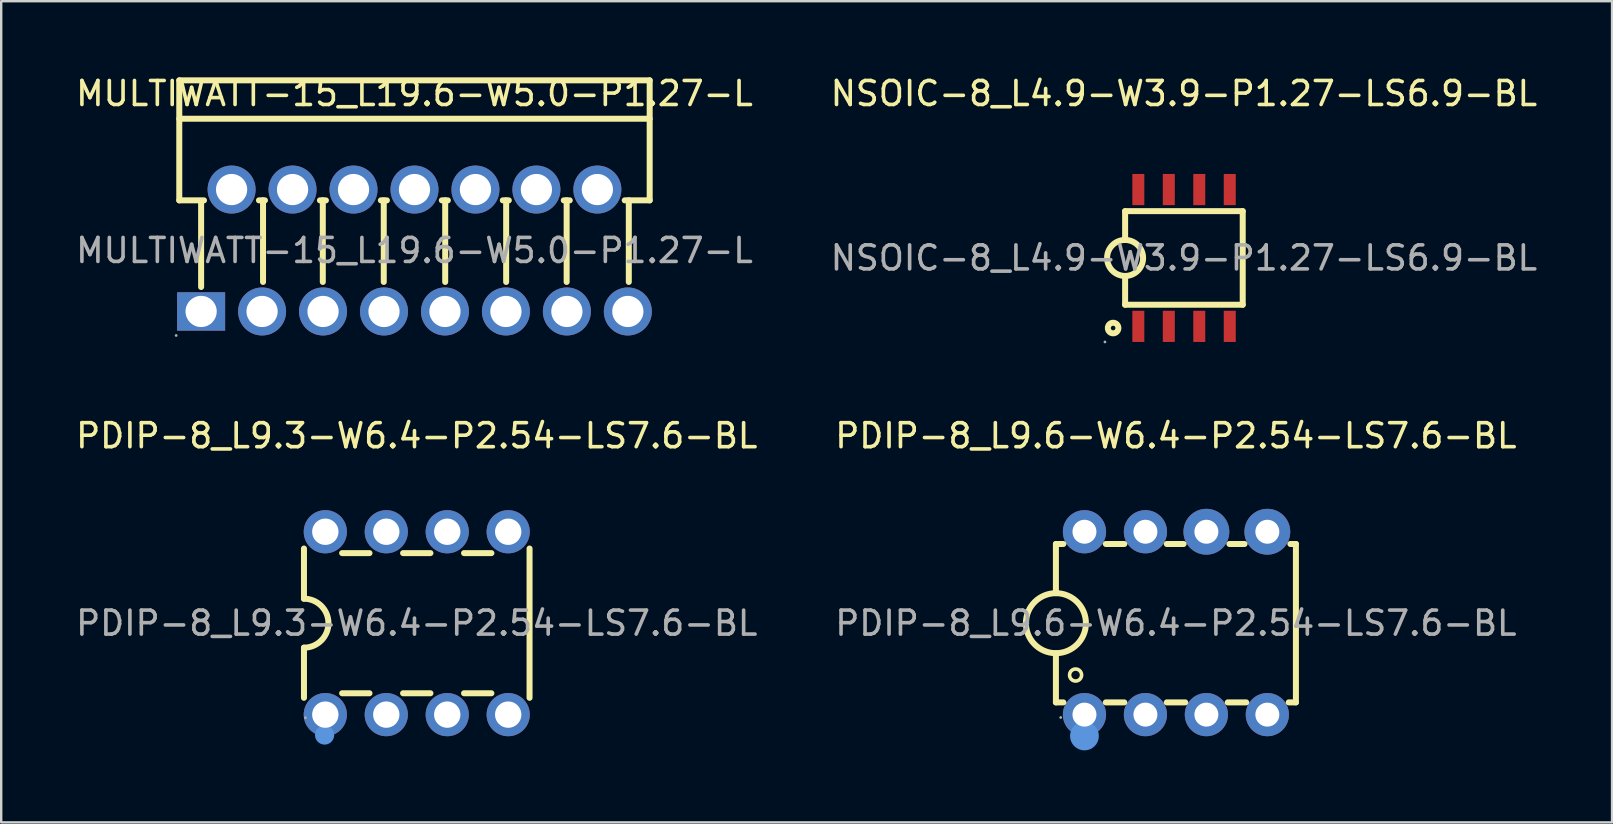
<source format=kicad_pcb>
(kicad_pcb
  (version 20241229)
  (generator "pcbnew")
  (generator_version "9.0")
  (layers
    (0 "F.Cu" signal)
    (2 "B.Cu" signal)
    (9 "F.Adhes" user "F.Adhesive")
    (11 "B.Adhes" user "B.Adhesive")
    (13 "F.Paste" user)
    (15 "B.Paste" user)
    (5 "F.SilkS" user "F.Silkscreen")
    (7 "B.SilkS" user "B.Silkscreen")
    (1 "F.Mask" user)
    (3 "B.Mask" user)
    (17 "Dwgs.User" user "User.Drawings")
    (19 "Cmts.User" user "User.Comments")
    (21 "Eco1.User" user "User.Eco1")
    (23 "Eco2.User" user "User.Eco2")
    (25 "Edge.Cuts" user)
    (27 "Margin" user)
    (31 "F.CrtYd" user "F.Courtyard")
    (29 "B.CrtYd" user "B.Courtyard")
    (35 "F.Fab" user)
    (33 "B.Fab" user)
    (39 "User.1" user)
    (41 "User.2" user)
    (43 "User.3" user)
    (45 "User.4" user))
  (footprint "NSOIC-8_L4.9-W3.9-P1.27-LS6.9-BL"
    (layer "F.Cu")
    (at 46.28 7.698)
    (property "Reference" "NSOIC-8_L4.9-W3.9-P1.27-LS6.9-BL" (at 0 -6.85 0) (layer "F.SilkS") (effects (font (size 1 1) (thickness 0.15))))
    (attr through_hole)
    (fp_line (start -2.45 -1.95) (end -2.45 -0.75) (stroke (width 0.25) (type solid)) (layer "F.SilkS"))
    (fp_line (start -2.45 -1.95) (end 2.45 -1.95) (stroke (width 0.25) (type solid)) (layer "F.SilkS"))
    (fp_line (start -2.45 1.95) (end -2.45 0.75) (stroke (width 0.25) (type solid)) (layer "F.SilkS"))
    (fp_line (start -2.45 1.95) (end 2.45 1.95) (stroke (width 0.25) (type solid)) (layer "F.SilkS"))
    (fp_line (start 2.45 -1.95) (end 2.45 1.95) (stroke (width 0.25) (type solid)) (layer "F.SilkS"))
    (fp_arc (start -2.463089 0.749886) (mid -2.443455 -0.749972) (end -2.45 0.75) (stroke (width 0.25) (type solid)) (layer "F.SilkS"))
    (fp_circle (center -2.95 2.92) (end -2.73 2.92) (stroke (width 0.25) (type solid)) (fill no) (layer "F.SilkS"))
    (fp_circle (center -3.29 3.5) (end -3.26 3.5) (stroke (width 0.06) (type solid)) (fill no) (layer "F.Fab"))
    (fp_text user "${REFERENCE}" (at 0 0 0) (layer "F.Fab") (effects (font (size 1 1) (thickness 0.15))))
    (pad "1" smd rect (at -1.9 2.85 180) (size 0.5 1.3) (layers "F.Cu" "F.Mask" "F.Paste"))
    (pad "2" smd rect (at -0.63 2.85 180) (size 0.5 1.3) (layers "F.Cu" "F.Mask" "F.Paste"))
    (pad "3" smd rect (at 0.64 2.85 180) (size 0.5 1.3) (layers "F.Cu" "F.Mask" "F.Paste"))
    (pad "4" smd rect (at 1.91 2.85 180) (size 0.5 1.3) (layers "F.Cu" "F.Mask" "F.Paste"))
    (pad "5" smd rect (at 1.91 -2.85 180) (size 0.5 1.3) (layers "F.Cu" "F.Mask" "F.Paste"))
    (pad "6" smd rect (at 0.64 -2.85 180) (size 0.5 1.3) (layers "F.Cu" "F.Mask" "F.Paste"))
    (pad "7" smd rect (at -0.63 -2.85 180) (size 0.5 1.3) (layers "F.Cu" "F.Mask" "F.Paste"))
    (pad "8" smd rect (at -1.9 -2.85 180) (size 0.5 1.3) (layers "F.Cu" "F.Mask" "F.Paste")))
  (footprint "MULTIWATT-15_L19.6-W5.0-P1.27-L"
    (layer "F.Cu")
    (at 14.22 7.388)
    (property "Reference" "MULTIWATT-15_L19.6-W5.0-P1.27-L" (at 0 -6.54 0) (layer "F.SilkS") (effects (font (size 1 1) (thickness 0.15))))
    (attr through_hole)
    (fp_line (start -9.8 -7.09) (end 9.8 -7.09) (stroke (width 0.25) (type solid)) (layer "F.SilkS"))
    (fp_line (start -9.8 -5.49) (end 9.8 -5.49) (stroke (width 0.25) (type solid)) (layer "F.SilkS"))
    (fp_line (start -9.8 -2.09) (end -9.8 -7.09) (stroke (width 0.25) (type solid)) (layer "F.SilkS"))
    (fp_line (start -8.89 1.52) (end -8.89 -1.96) (stroke (width 0.25) (type solid)) (layer "F.SilkS"))
    (fp_line (start -8.77 -2.09) (end -9.8 -2.09) (stroke (width 0.25) (type solid)) (layer "F.SilkS"))
    (fp_line (start -6.31 -2.09) (end -6.31 1.31) (stroke (width 0.25) (type solid)) (layer "F.SilkS"))
    (fp_line (start -6.23 -2.09) (end -6.48 -2.09) (stroke (width 0.25) (type solid)) (layer "F.SilkS"))
    (fp_line (start -3.82 -2.09) (end -3.82 1.31) (stroke (width 0.25) (type solid)) (layer "F.SilkS"))
    (fp_line (start -3.69 -2.09) (end -3.94 -2.09) (stroke (width 0.25) (type solid)) (layer "F.SilkS"))
    (fp_line (start -1.28 -2.09) (end -1.28 1.31) (stroke (width 0.25) (type solid)) (layer "F.SilkS"))
    (fp_line (start -1.15 -2.09) (end -1.4 -2.09) (stroke (width 0.25) (type solid)) (layer "F.SilkS"))
    (fp_line (start 1.28 -2.09) (end 1.28 1.31) (stroke (width 0.25) (type solid)) (layer "F.SilkS"))
    (fp_line (start 1.39 -2.09) (end 1.14 -2.09) (stroke (width 0.25) (type solid)) (layer "F.SilkS"))
    (fp_line (start 3.82 -2.09) (end 3.82 1.31) (stroke (width 0.25) (type solid)) (layer "F.SilkS"))
    (fp_line (start 3.93 -2.09) (end 3.68 -2.09) (stroke (width 0.25) (type solid)) (layer "F.SilkS"))
    (fp_line (start 6.34 -2.09) (end 6.34 1.31) (stroke (width 0.25) (type solid)) (layer "F.SilkS"))
    (fp_line (start 6.47 -2.09) (end 6.22 -2.09) (stroke (width 0.25) (type solid)) (layer "F.SilkS"))
    (fp_line (start 8.93 -2.09) (end 8.93 1.31) (stroke (width 0.25) (type solid)) (layer "F.SilkS"))
    (fp_line (start 9.8 -7.09) (end 9.8 -2.09) (stroke (width 0.25) (type solid)) (layer "F.SilkS"))
    (fp_line (start 9.8 -2.09) (end 8.76 -2.09) (stroke (width 0.25) (type solid)) (layer "F.SilkS"))
    (fp_circle (center -9.93 3.54) (end -9.9 3.54) (stroke (width 0.06) (type solid)) (fill no) (layer "F.Fab"))
    (fp_circle (center -8.89 2.54) (end -8.61 2.54) (stroke (width 0.55) (type solid)) (fill no) (layer "F.Fab"))
    (fp_circle (center -7.62 -2.54) (end -7.34 -2.54) (stroke (width 0.55) (type solid)) (fill no) (layer "F.Fab"))
    (fp_circle (center -6.35 2.54) (end -6.07 2.54) (stroke (width 0.55) (type solid)) (fill no) (layer "F.Fab"))
    (fp_circle (center -5.08 -2.54) (end -4.8 -2.54) (stroke (width 0.55) (type solid)) (fill no) (layer "F.Fab"))
    (fp_circle (center -3.81 2.54) (end -3.53 2.54) (stroke (width 0.55) (type solid)) (fill no) (layer "F.Fab"))
    (fp_circle (center -2.54 -2.54) (end -2.26 -2.54) (stroke (width 0.55) (type solid)) (fill no) (layer "F.Fab"))
    (fp_circle (center -1.27 2.54) (end -0.99 2.54) (stroke (width 0.55) (type solid)) (fill no) (layer "F.Fab"))
    (fp_circle (center 0 -2.54) (end 0.28 -2.54) (stroke (width 0.55) (type solid)) (fill no) (layer "F.Fab"))
    (fp_circle (center 1.27 2.54) (end 1.55 2.54) (stroke (width 0.55) (type solid)) (fill no) (layer "F.Fab"))
    (fp_circle (center 2.54 -2.54) (end 2.82 -2.54) (stroke (width 0.55) (type solid)) (fill no) (layer "F.Fab"))
    (fp_circle (center 3.81 2.54) (end 4.09 2.54) (stroke (width 0.55) (type solid)) (fill no) (layer "F.Fab"))
    (fp_circle (center 5.08 -2.54) (end 5.36 -2.54) (stroke (width 0.55) (type solid)) (fill no) (layer "F.Fab"))
    (fp_circle (center 6.35 2.54) (end 6.63 2.54) (stroke (width 0.55) (type solid)) (fill no) (layer "F.Fab"))
    (fp_circle (center 7.62 -2.54) (end 7.9 -2.54) (stroke (width 0.55) (type solid)) (fill no) (layer "F.Fab"))
    (fp_circle (center 8.89 2.54) (end 9.17 2.54) (stroke (width 0.55) (type solid)) (fill no) (layer "F.Fab"))
    (fp_text user "${REFERENCE}" (at 0 0 0) (layer "F.Fab") (effects (font (size 1 1) (thickness 0.15))))
    (pad "1" thru_hole rect (at -8.89 2.54) (size 2 1.6) (drill 1.3) (layers "*.Cu" "*.Paste" "*.Mask"))
    (pad "2" thru_hole circle (at -7.62 -2.54) (size 2 2) (drill 1.3) (layers "*.Cu" "*.Paste" "*.Mask"))
    (pad "3" thru_hole circle (at -6.35 2.54) (size 2 2) (drill 1.3) (layers "*.Cu" "*.Paste" "*.Mask"))
    (pad "4" thru_hole circle (at -5.08 -2.54) (size 2 2) (drill 1.3) (layers "*.Cu" "*.Paste" "*.Mask"))
    (pad "5" thru_hole circle (at -3.81 2.54) (size 2 2) (drill 1.3) (layers "*.Cu" "*.Paste" "*.Mask"))
    (pad "6" thru_hole circle (at -2.54 -2.54) (size 2 2) (drill 1.3) (layers "*.Cu" "*.Paste" "*.Mask"))
    (pad "7" thru_hole circle (at -1.27 2.54) (size 2 2) (drill 1.3) (layers "*.Cu" "*.Paste" "*.Mask"))
    (pad "8" thru_hole circle (at 0 -2.54) (size 2 2) (drill 1.3) (layers "*.Cu" "*.Paste" "*.Mask"))
    (pad "9" thru_hole circle (at 1.27 2.54) (size 2 2) (drill 1.3) (layers "*.Cu" "*.Paste" "*.Mask"))
    (pad "10" thru_hole circle (at 2.54 -2.54) (size 2 2) (drill 1.3) (layers "*.Cu" "*.Paste" "*.Mask"))
    (pad "11" thru_hole circle (at 3.81 2.54) (size 2 2) (drill 1.3) (layers "*.Cu" "*.Paste" "*.Mask"))
    (pad "12" thru_hole circle (at 5.08 -2.54) (size 2 2) (drill 1.3) (layers "*.Cu" "*.Paste" "*.Mask"))
    (pad "13" thru_hole circle (at 6.35 2.54) (size 2 2) (drill 1.3) (layers "*.Cu" "*.Paste" "*.Mask"))
    (pad "14" thru_hole circle (at 7.62 -2.54) (size 2 2) (drill 1.3) (layers "*.Cu" "*.Paste" "*.Mask"))
    (pad "15" thru_hole circle (at 8.89 2.54) (size 2 2) (drill 1.3) (layers "*.Cu" "*.Paste" "*.Mask")))
  (footprint "PDIP-8_L9.6-W6.4-P2.54-LS7.6-BL"
    (layer "F.Cu")
    (at 45.946 22.916)
    (property "Reference" "PDIP-8_L9.6-W6.4-P2.54-LS7.6-BL" (at 0 -7.81 0) (layer "F.SilkS") (effects (font (size 1 1) (thickness 0.15))))
    (attr through_hole)
    (fp_line (start -5 -3.3) (end -5 -1.25) (stroke (width 0.25) (type solid)) (layer "F.SilkS"))
    (fp_line (start -5 -3.3) (end -4.69 -3.3) (stroke (width 0.25) (type solid)) (layer "F.SilkS"))
    (fp_line (start -5 3.3) (end -5 1.25) (stroke (width 0.25) (type solid)) (layer "F.SilkS"))
    (fp_line (start -5 3.3) (end -4.69 3.3) (stroke (width 0.25) (type solid)) (layer "F.SilkS"))
    (fp_line (start -2.92 -3.3) (end -2.15 -3.3) (stroke (width 0.25) (type solid)) (layer "F.SilkS"))
    (fp_line (start -2.92 3.3) (end -2.15 3.3) (stroke (width 0.25) (type solid)) (layer "F.SilkS"))
    (fp_line (start -0.38 -3.3) (end 0.32 -3.3) (stroke (width 0.25) (type solid)) (layer "F.SilkS"))
    (fp_line (start -0.38 3.3) (end 0.39 3.3) (stroke (width 0.25) (type solid)) (layer "F.SilkS"))
    (fp_line (start 2.16 3.3) (end 2.93 3.3) (stroke (width 0.25) (type solid)) (layer "F.SilkS"))
    (fp_line (start 2.23 -3.3) (end 2.86 -3.3) (stroke (width 0.25) (type solid)) (layer "F.SilkS"))
    (fp_line (start 4.7 3.3) (end 5 3.3) (stroke (width 0.25) (type solid)) (layer "F.SilkS"))
    (fp_line (start 4.77 -3.3) (end 5 -3.3) (stroke (width 0.25) (type solid)) (layer "F.SilkS"))
    (fp_line (start 5 -3.3) (end 5 3.3) (stroke (width 0.25) (type solid)) (layer "F.SilkS"))
    (fp_arc (start -5.021816 1.24981) (mid -4.989092 -1.249953) (end -5 1.25) (stroke (width 0.25) (type solid)) (layer "F.SilkS"))
    (fp_arc (start -3.93 2.17) (mid -4.43015 2.154998) (end -3.9298 2.160003) (stroke (width 0.15) (type solid)) (layer "F.SilkS"))
    (fp_circle (center -3.81 4.7) (end -3.51 4.7) (stroke (width 0.6) (type solid)) (fill no) (layer "Cmts.User"))
    (fp_circle (center -4.8 3.93) (end -4.77 3.93) (stroke (width 0.06) (type solid)) (fill no) (layer "F.Fab"))
    (fp_text user "${REFERENCE}" (at 0 0 0) (layer "F.Fab") (effects (font (size 1 1) (thickness 0.15))))
    (pad "1" thru_hole circle (at -3.81 3.81) (size 1.8 1.8) (drill 1) (layers "*.Cu" "*.Paste" "*.Mask"))
    (pad "2" thru_hole circle (at -1.27 3.81) (size 1.8 1.8) (drill 1) (layers "*.Cu" "*.Paste" "*.Mask"))
    (pad "3" thru_hole circle (at 1.27 3.81) (size 1.8 1.8) (drill 1) (layers "*.Cu" "*.Paste" "*.Mask"))
    (pad "4" thru_hole circle (at 3.81 3.81) (size 1.8 1.8) (drill 1) (layers "*.Cu" "*.Paste" "*.Mask"))
    (pad "5" thru_hole circle (at 3.81 -3.81) (size 1.91 1.91) (drill 1) (layers "*.Cu" "*.Paste" "*.Mask"))
    (pad "6" thru_hole circle (at 1.27 -3.81) (size 1.91 1.91) (drill 1) (layers "*.Cu" "*.Paste" "*.Mask"))
    (pad "7" thru_hole circle (at -1.27 -3.81) (size 1.8 1.8) (drill 1) (layers "*.Cu" "*.Paste" "*.Mask"))
    (pad "8" thru_hole circle (at -3.81 -3.81) (size 1.8 1.8) (drill 1) (layers "*.Cu" "*.Paste" "*.Mask")))
  (footprint "PDIP-8_L9.3-W6.4-P2.54-LS7.6-BL"
    (layer "F.Cu")
    (at 14.315 22.916)
    (property "Reference" "PDIP-8_L9.3-W6.4-P2.54-LS7.6-BL" (at 0 -7.81 0) (layer "F.SilkS") (effects (font (size 1 1) (thickness 0.15))))
    (attr through_hole)
    (fp_line (start -4.7 -1.02) (end -4.7 -3.11) (stroke (width 0.25) (type solid)) (layer "F.SilkS"))
    (fp_line (start -4.7 1.02) (end -4.7 3.11) (stroke (width 0.25) (type solid)) (layer "F.SilkS"))
    (fp_line (start -3.11 -2.92) (end -1.97 -2.92) (stroke (width 0.25) (type solid)) (layer "F.SilkS"))
    (fp_line (start -3.11 2.92) (end -1.97 2.92) (stroke (width 0.25) (type solid)) (layer "F.SilkS"))
    (fp_line (start -0.57 -2.92) (end 0.57 -2.92) (stroke (width 0.25) (type solid)) (layer "F.SilkS"))
    (fp_line (start -0.57 2.92) (end 0.57 2.92) (stroke (width 0.25) (type solid)) (layer "F.SilkS"))
    (fp_line (start 1.97 -2.92) (end 3.11 -2.92) (stroke (width 0.25) (type solid)) (layer "F.SilkS"))
    (fp_line (start 1.97 2.92) (end 3.11 2.92) (stroke (width 0.25) (type solid)) (layer "F.SilkS"))
    (fp_line (start 4.7 -3.11) (end 4.7 3.11) (stroke (width 0.25) (type solid)) (layer "F.SilkS"))
    (fp_arc (start -4.7 -1.02) (mid -3.68 0) (end -4.7 1.02) (stroke (width 0.25) (type solid)) (layer "F.SilkS"))
    (fp_circle (center -3.84 4.66) (end -3.64 4.66) (stroke (width 0.4) (type solid)) (fill no) (layer "Cmts.User"))
    (fp_circle (center -4.64 3.94) (end -4.61 3.94) (stroke (width 0.06) (type solid)) (fill no) (layer "F.Fab"))
    (fp_circle (center -3.81 -3.67) (end -3.68 -3.67) (stroke (width 0.26) (type solid)) (fill no) (layer "F.Fab"))
    (fp_circle (center -3.81 3.68) (end -3.68 3.68) (stroke (width 0.26) (type solid)) (fill no) (layer "F.Fab"))
    (fp_circle (center -1.27 -3.67) (end -1.14 -3.67) (stroke (width 0.26) (type solid)) (fill no) (layer "F.Fab"))
    (fp_circle (center -1.27 3.68) (end -1.14 3.68) (stroke (width 0.26) (type solid)) (fill no) (layer "F.Fab"))
    (fp_circle (center 1.27 -3.67) (end 1.4 -3.67) (stroke (width 0.26) (type solid)) (fill no) (layer "F.Fab"))
    (fp_circle (center 1.27 3.68) (end 1.4 3.68) (stroke (width 0.26) (type solid)) (fill no) (layer "F.Fab"))
    (fp_circle (center 3.81 -3.67) (end 3.94 -3.67) (stroke (width 0.26) (type solid)) (fill no) (layer "F.Fab"))
    (fp_circle (center 3.81 3.68) (end 3.94 3.68) (stroke (width 0.26) (type solid)) (fill no) (layer "F.Fab"))
    (fp_text user "${REFERENCE}" (at 0 0 0) (layer "F.Fab") (effects (font (size 1 1) (thickness 0.15))))
    (pad "1" thru_hole circle (at -3.81 3.81 90) (size 1.8 1.8) (drill 1.1) (layers "*.Cu" "*.Paste" "*.Mask"))
    (pad "2" thru_hole circle (at -1.27 3.81 90) (size 1.8 1.8) (drill 1.1) (layers "*.Cu" "*.Paste" "*.Mask"))
    (pad "3" thru_hole circle (at 1.27 3.81 90) (size 1.8 1.8) (drill 1.1) (layers "*.Cu" "*.Paste" "*.Mask"))
    (pad "4" thru_hole circle (at 3.81 3.81 90) (size 1.8 1.8) (drill 1.1) (layers "*.Cu" "*.Paste" "*.Mask"))
    (pad "5" thru_hole circle (at 3.81 -3.81 90) (size 1.8 1.8) (drill 1.1) (layers "*.Cu" "*.Paste" "*.Mask"))
    (pad "6" thru_hole circle (at 1.27 -3.81 90) (size 1.8 1.8) (drill 1.1) (layers "*.Cu" "*.Paste" "*.Mask"))
    (pad "7" thru_hole circle (at -1.27 -3.81 90) (size 1.8 1.8) (drill 1.1) (layers "*.Cu" "*.Paste" "*.Mask"))
    (pad "8" thru_hole circle (at -3.81 -3.81 90) (size 1.8 1.8) (drill 1.1) (layers "*.Cu" "*.Paste" "*.Mask")))
  (gr_rect
    (start -3 -3)
    (end 64.119 31.216)
    (stroke (width 0.1) (type default))
    (fill no)
    (layer "Edge.Cuts")))
</source>
